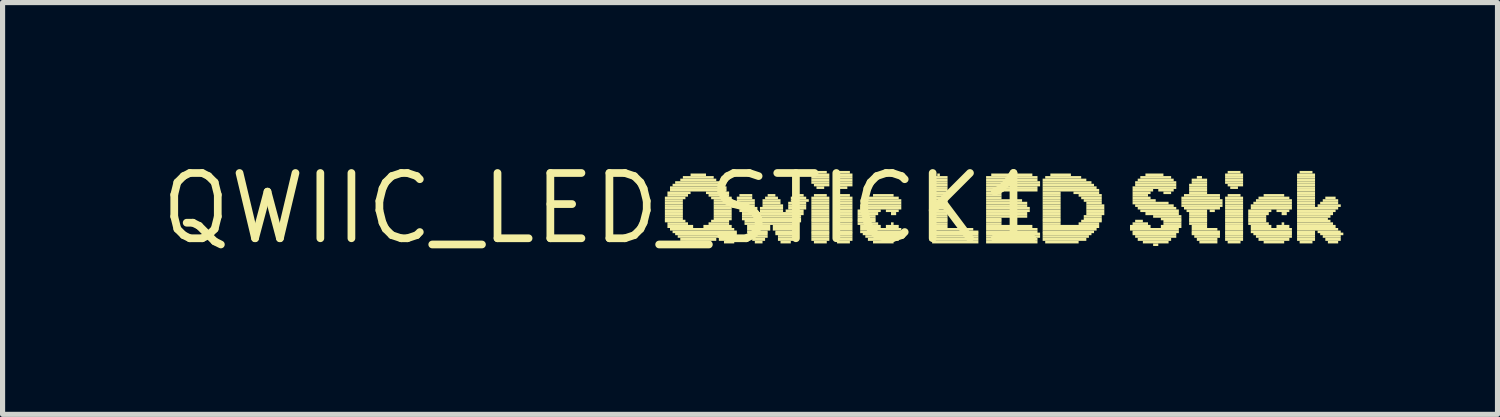
<source format=kicad_pcb>
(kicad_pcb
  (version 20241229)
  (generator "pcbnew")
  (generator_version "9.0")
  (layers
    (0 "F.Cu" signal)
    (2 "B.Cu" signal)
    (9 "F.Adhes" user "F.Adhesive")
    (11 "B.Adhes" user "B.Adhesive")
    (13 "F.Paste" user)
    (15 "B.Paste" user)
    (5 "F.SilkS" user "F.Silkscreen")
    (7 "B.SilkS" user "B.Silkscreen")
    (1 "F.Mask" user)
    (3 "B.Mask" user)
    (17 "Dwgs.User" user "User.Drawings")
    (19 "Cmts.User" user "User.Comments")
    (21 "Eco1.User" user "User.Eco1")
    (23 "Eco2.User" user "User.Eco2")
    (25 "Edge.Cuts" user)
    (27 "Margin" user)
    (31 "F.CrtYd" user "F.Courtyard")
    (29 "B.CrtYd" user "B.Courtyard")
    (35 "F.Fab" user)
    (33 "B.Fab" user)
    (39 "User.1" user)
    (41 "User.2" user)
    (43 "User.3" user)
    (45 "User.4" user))
  (footprint "QWIIC_LED_STICK1"
    (layer "F.Cu")
    (at 8.686 1.006)
    (property "Reference" "QWIIC_LED_STICK1" (at 0 0 0) (layer "F.SilkS") (effects (font (size 1.27 1.27) (thickness 0.15))))
    (attr through_hole)
    (fp_poly (pts (xy 1.2 -0.18) (xy 1.6 -0.18) (xy 1.6 -0.23) (xy 1.2 -0.23)) (stroke (width 0) (type solid)) (fill yes) (layer "F.SilkS"))
    (fp_poly (pts (xy 1.2 -0.13) (xy 1.55 -0.13) (xy 1.55 -0.18) (xy 1.2 -0.18)) (stroke (width 0) (type solid)) (fill yes) (layer "F.SilkS"))
    (fp_poly (pts (xy 1.2 -0.08) (xy 1.55 -0.08) (xy 1.55 -0.13) (xy 1.2 -0.13)) (stroke (width 0) (type solid)) (fill yes) (layer "F.SilkS"))
    (fp_poly (pts (xy 1.2 -0.03) (xy 1.55 -0.03) (xy 1.55 -0.08) (xy 1.2 -0.08)) (stroke (width 0) (type solid)) (fill yes) (layer "F.SilkS"))
    (fp_poly (pts (xy 1.2 0.02) (xy 1.55 0.02) (xy 1.55 -0.03) (xy 1.2 -0.03)) (stroke (width 0) (type solid)) (fill yes) (layer "F.SilkS"))
    (fp_poly (pts (xy 1.2 0.07) (xy 1.55 0.07) (xy 1.55 0.02) (xy 1.2 0.02)) (stroke (width 0) (type solid)) (fill yes) (layer "F.SilkS"))
    (fp_poly (pts (xy 1.2 0.13) (xy 1.55 0.13) (xy 1.55 0.07) (xy 1.2 0.07)) (stroke (width 0) (type solid)) (fill yes) (layer "F.SilkS"))
    (fp_poly (pts (xy 1.2 0.18) (xy 1.55 0.18) (xy 1.55 0.13) (xy 1.2 0.13)) (stroke (width 0) (type solid)) (fill yes) (layer "F.SilkS"))
    (fp_poly (pts (xy 1.2 0.23) (xy 1.55 0.23) (xy 1.55 0.18) (xy 1.2 0.18)) (stroke (width 0) (type solid)) (fill yes) (layer "F.SilkS"))
    (fp_poly (pts (xy 1.2 0.27) (xy 1.6 0.27) (xy 1.6 0.22) (xy 1.2 0.22)) (stroke (width 0) (type solid)) (fill yes) (layer "F.SilkS"))
    (fp_poly (pts (xy 1.25 -0.28) (xy 1.7 -0.28) (xy 1.7 -0.33) (xy 1.25 -0.33)) (stroke (width 0) (type solid)) (fill yes) (layer "F.SilkS"))
    (fp_poly (pts (xy 1.25 -0.23) (xy 1.65 -0.23) (xy 1.65 -0.28) (xy 1.25 -0.28)) (stroke (width 0) (type solid)) (fill yes) (layer "F.SilkS"))
    (fp_poly (pts (xy 1.25 0.32) (xy 1.65 0.32) (xy 1.65 0.27) (xy 1.25 0.27)) (stroke (width 0) (type solid)) (fill yes) (layer "F.SilkS"))
    (fp_poly (pts (xy 1.25 0.38) (xy 1.75 0.38) (xy 1.75 0.32) (xy 1.25 0.32)) (stroke (width 0) (type solid)) (fill yes) (layer "F.SilkS"))
    (fp_poly (pts (xy 1.3 -0.38) (xy 2.4 -0.38) (xy 2.4 -0.43) (xy 1.3 -0.43)) (stroke (width 0) (type solid)) (fill yes) (layer "F.SilkS"))
    (fp_poly (pts (xy 1.3 -0.33) (xy 2.4 -0.33) (xy 2.4 -0.38) (xy 1.3 -0.38)) (stroke (width 0) (type solid)) (fill yes) (layer "F.SilkS"))
    (fp_poly (pts (xy 1.3 0.43) (xy 2.55 0.43) (xy 2.55 0.38) (xy 1.3 0.38)) (stroke (width 0) (type solid)) (fill yes) (layer "F.SilkS"))
    (fp_poly (pts (xy 1.35 -0.43) (xy 2.35 -0.43) (xy 2.35 -0.48) (xy 1.35 -0.48)) (stroke (width 0) (type solid)) (fill yes) (layer "F.SilkS"))
    (fp_poly (pts (xy 1.35 0.48) (xy 2.6 0.48) (xy 2.6 0.43) (xy 1.35 0.43)) (stroke (width 0) (type solid)) (fill yes) (layer "F.SilkS"))
    (fp_poly (pts (xy 1.4 -0.48) (xy 2.3 -0.48) (xy 2.3 -0.53) (xy 1.4 -0.53)) (stroke (width 0) (type solid)) (fill yes) (layer "F.SilkS"))
    (fp_poly (pts (xy 1.4 0.52) (xy 2.6 0.52) (xy 2.6 0.47) (xy 1.4 0.47)) (stroke (width 0) (type solid)) (fill yes) (layer "F.SilkS"))
    (fp_poly (pts (xy 1.45 0.57) (xy 2.6 0.57) (xy 2.6 0.52) (xy 1.45 0.52)) (stroke (width 0) (type solid)) (fill yes) (layer "F.SilkS"))
    (fp_poly (pts (xy 1.5 -0.53) (xy 2.2 -0.53) (xy 2.2 -0.58) (xy 1.5 -0.58)) (stroke (width 0) (type solid)) (fill yes) (layer "F.SilkS"))
    (fp_poly (pts (xy 1.5 0.63) (xy 2.2 0.63) (xy 2.2 0.57) (xy 1.5 0.57)) (stroke (width 0) (type solid)) (fill yes) (layer "F.SilkS"))
    (fp_poly (pts (xy 1.55 -0.58) (xy 2.15 -0.58) (xy 2.15 -0.63) (xy 1.55 -0.63)) (stroke (width 0) (type solid)) (fill yes) (layer "F.SilkS"))
    (fp_poly (pts (xy 1.6 0.68) (xy 2.1 0.68) (xy 2.1 0.63) (xy 1.6 0.63)) (stroke (width 0) (type solid)) (fill yes) (layer "F.SilkS"))
    (fp_poly (pts (xy 1.7 -0.63) (xy 2 -0.63) (xy 2 -0.68) (xy 1.7 -0.68)) (stroke (width 0) (type solid)) (fill yes) (layer "F.SilkS"))
    (fp_poly (pts (xy 1.8 0.73) (xy 1.95 0.73) (xy 1.95 0.68) (xy 1.8 0.68)) (stroke (width 0) (type solid)) (fill yes) (layer "F.SilkS"))
    (fp_poly (pts (xy 1.95 0.38) (xy 2.5 0.38) (xy 2.5 0.32) (xy 1.95 0.32)) (stroke (width 0) (type solid)) (fill yes) (layer "F.SilkS"))
    (fp_poly (pts (xy 2 -0.28) (xy 2.45 -0.28) (xy 2.45 -0.33) (xy 2 -0.33)) (stroke (width 0) (type solid)) (fill yes) (layer "F.SilkS"))
    (fp_poly (pts (xy 2.05 -0.23) (xy 2.45 -0.23) (xy 2.45 -0.28) (xy 2.05 -0.28)) (stroke (width 0) (type solid)) (fill yes) (layer "F.SilkS"))
    (fp_poly (pts (xy 2.05 0.32) (xy 2.45 0.32) (xy 2.45 0.27) (xy 2.05 0.27)) (stroke (width 0) (type solid)) (fill yes) (layer "F.SilkS"))
    (fp_poly (pts (xy 2.1 -0.18) (xy 2.5 -0.18) (xy 2.5 -0.23) (xy 2.1 -0.23)) (stroke (width 0) (type solid)) (fill yes) (layer "F.SilkS"))
    (fp_poly (pts (xy 2.1 0.27) (xy 2.45 0.27) (xy 2.45 0.22) (xy 2.1 0.22)) (stroke (width 0) (type solid)) (fill yes) (layer "F.SilkS"))
    (fp_poly (pts (xy 2.15 -0.13) (xy 2.5 -0.13) (xy 2.5 -0.18) (xy 2.15 -0.18)) (stroke (width 0) (type solid)) (fill yes) (layer "F.SilkS"))
    (fp_poly (pts (xy 2.15 -0.08) (xy 2.5 -0.08) (xy 2.5 -0.13) (xy 2.15 -0.13)) (stroke (width 0) (type solid)) (fill yes) (layer "F.SilkS"))
    (fp_poly (pts (xy 2.15 -0.03) (xy 2.5 -0.03) (xy 2.5 -0.08) (xy 2.15 -0.08)) (stroke (width 0) (type solid)) (fill yes) (layer "F.SilkS"))
    (fp_poly (pts (xy 2.15 0.02) (xy 2.5 0.02) (xy 2.5 -0.03) (xy 2.15 -0.03)) (stroke (width 0) (type solid)) (fill yes) (layer "F.SilkS"))
    (fp_poly (pts (xy 2.15 0.07) (xy 2.5 0.07) (xy 2.5 0.02) (xy 2.15 0.02)) (stroke (width 0) (type solid)) (fill yes) (layer "F.SilkS"))
    (fp_poly (pts (xy 2.15 0.13) (xy 2.5 0.13) (xy 2.5 0.07) (xy 2.15 0.07)) (stroke (width 0) (type solid)) (fill yes) (layer "F.SilkS"))
    (fp_poly (pts (xy 2.15 0.18) (xy 2.5 0.18) (xy 2.5 0.13) (xy 2.15 0.13)) (stroke (width 0) (type solid)) (fill yes) (layer "F.SilkS"))
    (fp_poly (pts (xy 2.15 0.23) (xy 2.5 0.23) (xy 2.5 0.18) (xy 2.15 0.18)) (stroke (width 0) (type solid)) (fill yes) (layer "F.SilkS"))
    (fp_poly (pts (xy 2.25 0.63) (xy 2.6 0.63) (xy 2.6 0.57) (xy 2.25 0.57)) (stroke (width 0) (type solid)) (fill yes) (layer "F.SilkS"))
    (fp_poly (pts (xy 2.35 0.68) (xy 2.55 0.68) (xy 2.55 0.63) (xy 2.35 0.63)) (stroke (width 0) (type solid)) (fill yes) (layer "F.SilkS"))
    (fp_poly (pts (xy 2.6 -0.18) (xy 2.9 -0.18) (xy 2.9 -0.23) (xy 2.6 -0.23)) (stroke (width 0) (type solid)) (fill yes) (layer "F.SilkS"))
    (fp_poly (pts (xy 2.6 -0.13) (xy 2.95 -0.13) (xy 2.95 -0.18) (xy 2.6 -0.18)) (stroke (width 0) (type solid)) (fill yes) (layer "F.SilkS"))
    (fp_poly (pts (xy 2.6 -0.08) (xy 2.95 -0.08) (xy 2.95 -0.13) (xy 2.6 -0.13)) (stroke (width 0) (type solid)) (fill yes) (layer "F.SilkS"))
    (fp_poly (pts (xy 2.6 -0.03) (xy 2.95 -0.03) (xy 2.95 -0.08) (xy 2.6 -0.08)) (stroke (width 0) (type solid)) (fill yes) (layer "F.SilkS"))
    (fp_poly (pts (xy 2.65 -0.23) (xy 2.9 -0.23) (xy 2.9 -0.28) (xy 2.65 -0.28)) (stroke (width 0) (type solid)) (fill yes) (layer "F.SilkS"))
    (fp_poly (pts (xy 2.65 0.02) (xy 3 0.02) (xy 3 -0.03) (xy 2.65 -0.03)) (stroke (width 0) (type solid)) (fill yes) (layer "F.SilkS"))
    (fp_poly (pts (xy 2.65 0.07) (xy 3 0.07) (xy 3 0.02) (xy 2.65 0.02)) (stroke (width 0) (type solid)) (fill yes) (layer "F.SilkS"))
    (fp_poly (pts (xy 2.7 0.13) (xy 3.9 0.13) (xy 3.9 0.07) (xy 2.7 0.07)) (stroke (width 0) (type solid)) (fill yes) (layer "F.SilkS"))
    (fp_poly (pts (xy 2.7 0.18) (xy 3.85 0.18) (xy 3.85 0.13) (xy 2.7 0.13)) (stroke (width 0) (type solid)) (fill yes) (layer "F.SilkS"))
    (fp_poly (pts (xy 2.7 0.23) (xy 3.85 0.23) (xy 3.85 0.18) (xy 2.7 0.18)) (stroke (width 0) (type solid)) (fill yes) (layer "F.SilkS"))
    (fp_poly (pts (xy 2.75 0.27) (xy 3.85 0.27) (xy 3.85 0.22) (xy 2.75 0.22)) (stroke (width 0) (type solid)) (fill yes) (layer "F.SilkS"))
    (fp_poly (pts (xy 2.75 0.32) (xy 3.8 0.32) (xy 3.8 0.27) (xy 2.75 0.27)) (stroke (width 0) (type solid)) (fill yes) (layer "F.SilkS"))
    (fp_poly (pts (xy 2.8 0.38) (xy 3.25 0.38) (xy 3.25 0.32) (xy 2.8 0.32)) (stroke (width 0) (type solid)) (fill yes) (layer "F.SilkS"))
    (fp_poly (pts (xy 2.8 0.43) (xy 3.25 0.43) (xy 3.25 0.38) (xy 2.8 0.38)) (stroke (width 0) (type solid)) (fill yes) (layer "F.SilkS"))
    (fp_poly (pts (xy 2.8 0.48) (xy 3.2 0.48) (xy 3.2 0.43) (xy 2.8 0.43)) (stroke (width 0) (type solid)) (fill yes) (layer "F.SilkS"))
    (fp_poly (pts (xy 2.85 0.52) (xy 3.2 0.52) (xy 3.2 0.47) (xy 2.85 0.47)) (stroke (width 0) (type solid)) (fill yes) (layer "F.SilkS"))
    (fp_poly (pts (xy 2.85 0.57) (xy 3.2 0.57) (xy 3.2 0.52) (xy 2.85 0.52)) (stroke (width 0) (type solid)) (fill yes) (layer "F.SilkS"))
    (fp_poly (pts (xy 2.9 0.63) (xy 3.15 0.63) (xy 3.15 0.57) (xy 2.9 0.57)) (stroke (width 0) (type solid)) (fill yes) (layer "F.SilkS"))
    (fp_poly (pts (xy 2.95 0.68) (xy 3.1 0.68) (xy 3.1 0.63) (xy 2.95 0.63)) (stroke (width 0) (type solid)) (fill yes) (layer "F.SilkS"))
    (fp_poly (pts (xy 3.05 0.02) (xy 3.5 0.02) (xy 3.5 -0.03) (xy 3.05 -0.03)) (stroke (width 0) (type solid)) (fill yes) (layer "F.SilkS"))
    (fp_poly (pts (xy 3.05 0.07) (xy 3.5 0.07) (xy 3.5 0.02) (xy 3.05 0.02)) (stroke (width 0) (type solid)) (fill yes) (layer "F.SilkS"))
    (fp_poly (pts (xy 3.1 -0.13) (xy 3.45 -0.13) (xy 3.45 -0.18) (xy 3.1 -0.18)) (stroke (width 0) (type solid)) (fill yes) (layer "F.SilkS"))
    (fp_poly (pts (xy 3.1 -0.08) (xy 3.45 -0.08) (xy 3.45 -0.13) (xy 3.1 -0.13)) (stroke (width 0) (type solid)) (fill yes) (layer "F.SilkS"))
    (fp_poly (pts (xy 3.1 -0.03) (xy 3.5 -0.03) (xy 3.5 -0.08) (xy 3.1 -0.08)) (stroke (width 0) (type solid)) (fill yes) (layer "F.SilkS"))
    (fp_poly (pts (xy 3.15 -0.18) (xy 3.4 -0.18) (xy 3.4 -0.23) (xy 3.15 -0.23)) (stroke (width 0) (type solid)) (fill yes) (layer "F.SilkS"))
    (fp_poly (pts (xy 3.2 -0.23) (xy 3.35 -0.23) (xy 3.35 -0.28) (xy 3.2 -0.28)) (stroke (width 0) (type solid)) (fill yes) (layer "F.SilkS"))
    (fp_poly (pts (xy 3.3 0.38) (xy 3.8 0.38) (xy 3.8 0.32) (xy 3.3 0.32)) (stroke (width 0) (type solid)) (fill yes) (layer "F.SilkS"))
    (fp_poly (pts (xy 3.3 0.43) (xy 3.75 0.43) (xy 3.75 0.38) (xy 3.3 0.38)) (stroke (width 0) (type solid)) (fill yes) (layer "F.SilkS"))
    (fp_poly (pts (xy 3.35 0.48) (xy 3.75 0.48) (xy 3.75 0.43) (xy 3.35 0.43)) (stroke (width 0) (type solid)) (fill yes) (layer "F.SilkS"))
    (fp_poly (pts (xy 3.35 0.52) (xy 3.7 0.52) (xy 3.7 0.47) (xy 3.35 0.47)) (stroke (width 0) (type solid)) (fill yes) (layer "F.SilkS"))
    (fp_poly (pts (xy 3.4 0.57) (xy 3.7 0.57) (xy 3.7 0.52) (xy 3.4 0.52)) (stroke (width 0) (type solid)) (fill yes) (layer "F.SilkS"))
    (fp_poly (pts (xy 3.4 0.63) (xy 3.7 0.63) (xy 3.7 0.57) (xy 3.4 0.57)) (stroke (width 0) (type solid)) (fill yes) (layer "F.SilkS"))
    (fp_poly (pts (xy 3.45 0.68) (xy 3.65 0.68) (xy 3.65 0.63) (xy 3.45 0.63)) (stroke (width 0) (type solid)) (fill yes) (layer "F.SilkS"))
    (fp_poly (pts (xy 3.55 0.07) (xy 3.9 0.07) (xy 3.9 0.02) (xy 3.55 0.02)) (stroke (width 0) (type solid)) (fill yes) (layer "F.SilkS"))
    (fp_poly (pts (xy 3.6 -0.08) (xy 3.95 -0.08) (xy 3.95 -0.13) (xy 3.6 -0.13)) (stroke (width 0) (type solid)) (fill yes) (layer "F.SilkS"))
    (fp_poly (pts (xy 3.6 -0.03) (xy 3.95 -0.03) (xy 3.95 -0.08) (xy 3.6 -0.08)) (stroke (width 0) (type solid)) (fill yes) (layer "F.SilkS"))
    (fp_poly (pts (xy 3.6 0.02) (xy 3.95 0.02) (xy 3.95 -0.03) (xy 3.6 -0.03)) (stroke (width 0) (type solid)) (fill yes) (layer "F.SilkS"))
    (fp_poly (pts (xy 3.65 -0.18) (xy 3.95 -0.18) (xy 3.95 -0.23) (xy 3.65 -0.23)) (stroke (width 0) (type solid)) (fill yes) (layer "F.SilkS"))
    (fp_poly (pts (xy 3.65 -0.13) (xy 4 -0.13) (xy 4 -0.18) (xy 3.65 -0.18)) (stroke (width 0) (type solid)) (fill yes) (layer "F.SilkS"))
    (fp_poly (pts (xy 3.7 -0.23) (xy 3.9 -0.23) (xy 3.9 -0.28) (xy 3.7 -0.28)) (stroke (width 0) (type solid)) (fill yes) (layer "F.SilkS"))
    (fp_poly (pts (xy 4.05 -0.63) (xy 4.4 -0.63) (xy 4.4 -0.68) (xy 4.05 -0.68)) (stroke (width 0) (type solid)) (fill yes) (layer "F.SilkS"))
    (fp_poly (pts (xy 4.05 -0.58) (xy 4.4 -0.58) (xy 4.4 -0.63) (xy 4.05 -0.63)) (stroke (width 0) (type solid)) (fill yes) (layer "F.SilkS"))
    (fp_poly (pts (xy 4.05 -0.53) (xy 4.4 -0.53) (xy 4.4 -0.58) (xy 4.05 -0.58)) (stroke (width 0) (type solid)) (fill yes) (layer "F.SilkS"))
    (fp_poly (pts (xy 4.05 -0.48) (xy 4.4 -0.48) (xy 4.4 -0.53) (xy 4.05 -0.53)) (stroke (width 0) (type solid)) (fill yes) (layer "F.SilkS"))
    (fp_poly (pts (xy 4.05 -0.18) (xy 4.4 -0.18) (xy 4.4 -0.23) (xy 4.05 -0.23)) (stroke (width 0) (type solid)) (fill yes) (layer "F.SilkS"))
    (fp_poly (pts (xy 4.05 -0.13) (xy 4.4 -0.13) (xy 4.4 -0.18) (xy 4.05 -0.18)) (stroke (width 0) (type solid)) (fill yes) (layer "F.SilkS"))
    (fp_poly (pts (xy 4.05 -0.08) (xy 4.4 -0.08) (xy 4.4 -0.13) (xy 4.05 -0.13)) (stroke (width 0) (type solid)) (fill yes) (layer "F.SilkS"))
    (fp_poly (pts (xy 4.05 -0.03) (xy 4.4 -0.03) (xy 4.4 -0.08) (xy 4.05 -0.08)) (stroke (width 0) (type solid)) (fill yes) (layer "F.SilkS"))
    (fp_poly (pts (xy 4.05 0.02) (xy 4.4 0.02) (xy 4.4 -0.03) (xy 4.05 -0.03)) (stroke (width 0) (type solid)) (fill yes) (layer "F.SilkS"))
    (fp_poly (pts (xy 4.05 0.07) (xy 4.4 0.07) (xy 4.4 0.02) (xy 4.05 0.02)) (stroke (width 0) (type solid)) (fill yes) (layer "F.SilkS"))
    (fp_poly (pts (xy 4.05 0.13) (xy 4.4 0.13) (xy 4.4 0.07) (xy 4.05 0.07)) (stroke (width 0) (type solid)) (fill yes) (layer "F.SilkS"))
    (fp_poly (pts (xy 4.05 0.18) (xy 4.4 0.18) (xy 4.4 0.13) (xy 4.05 0.13)) (stroke (width 0) (type solid)) (fill yes) (layer "F.SilkS"))
    (fp_poly (pts (xy 4.05 0.23) (xy 4.4 0.23) (xy 4.4 0.18) (xy 4.05 0.18)) (stroke (width 0) (type solid)) (fill yes) (layer "F.SilkS"))
    (fp_poly (pts (xy 4.05 0.27) (xy 4.4 0.27) (xy 4.4 0.22) (xy 4.05 0.22)) (stroke (width 0) (type solid)) (fill yes) (layer "F.SilkS"))
    (fp_poly (pts (xy 4.05 0.32) (xy 4.4 0.32) (xy 4.4 0.27) (xy 4.05 0.27)) (stroke (width 0) (type solid)) (fill yes) (layer "F.SilkS"))
    (fp_poly (pts (xy 4.05 0.38) (xy 4.4 0.38) (xy 4.4 0.32) (xy 4.05 0.32)) (stroke (width 0) (type solid)) (fill yes) (layer "F.SilkS"))
    (fp_poly (pts (xy 4.05 0.43) (xy 4.4 0.43) (xy 4.4 0.38) (xy 4.05 0.38)) (stroke (width 0) (type solid)) (fill yes) (layer "F.SilkS"))
    (fp_poly (pts (xy 4.05 0.48) (xy 4.4 0.48) (xy 4.4 0.43) (xy 4.05 0.43)) (stroke (width 0) (type solid)) (fill yes) (layer "F.SilkS"))
    (fp_poly (pts (xy 4.05 0.52) (xy 4.4 0.52) (xy 4.4 0.47) (xy 4.05 0.47)) (stroke (width 0) (type solid)) (fill yes) (layer "F.SilkS"))
    (fp_poly (pts (xy 4.05 0.57) (xy 4.4 0.57) (xy 4.4 0.52) (xy 4.05 0.52)) (stroke (width 0) (type solid)) (fill yes) (layer "F.SilkS"))
    (fp_poly (pts (xy 4.05 0.63) (xy 4.4 0.63) (xy 4.4 0.57) (xy 4.05 0.57)) (stroke (width 0) (type solid)) (fill yes) (layer "F.SilkS"))
    (fp_poly (pts (xy 4.1 -0.68) (xy 4.35 -0.68) (xy 4.35 -0.73) (xy 4.1 -0.73)) (stroke (width 0) (type solid)) (fill yes) (layer "F.SilkS"))
    (fp_poly (pts (xy 4.1 -0.43) (xy 4.4 -0.43) (xy 4.4 -0.48) (xy 4.1 -0.48)) (stroke (width 0) (type solid)) (fill yes) (layer "F.SilkS"))
    (fp_poly (pts (xy 4.1 -0.23) (xy 4.35 -0.23) (xy 4.35 -0.28) (xy 4.1 -0.28)) (stroke (width 0) (type solid)) (fill yes) (layer "F.SilkS"))
    (fp_poly (pts (xy 4.1 0.68) (xy 4.35 0.68) (xy 4.35 0.63) (xy 4.1 0.63)) (stroke (width 0) (type solid)) (fill yes) (layer "F.SilkS"))
    (fp_poly (pts (xy 4.15 -0.38) (xy 4.3 -0.38) (xy 4.3 -0.43) (xy 4.15 -0.43)) (stroke (width 0) (type solid)) (fill yes) (layer "F.SilkS"))
    (fp_poly (pts (xy 4.5 -0.63) (xy 4.85 -0.63) (xy 4.85 -0.68) (xy 4.5 -0.68)) (stroke (width 0) (type solid)) (fill yes) (layer "F.SilkS"))
    (fp_poly (pts (xy 4.5 -0.58) (xy 4.85 -0.58) (xy 4.85 -0.63) (xy 4.5 -0.63)) (stroke (width 0) (type solid)) (fill yes) (layer "F.SilkS"))
    (fp_poly (pts (xy 4.5 -0.53) (xy 4.85 -0.53) (xy 4.85 -0.58) (xy 4.5 -0.58)) (stroke (width 0) (type solid)) (fill yes) (layer "F.SilkS"))
    (fp_poly (pts (xy 4.5 -0.48) (xy 4.85 -0.48) (xy 4.85 -0.53) (xy 4.5 -0.53)) (stroke (width 0) (type solid)) (fill yes) (layer "F.SilkS"))
    (fp_poly (pts (xy 4.5 -0.18) (xy 4.85 -0.18) (xy 4.85 -0.23) (xy 4.5 -0.23)) (stroke (width 0) (type solid)) (fill yes) (layer "F.SilkS"))
    (fp_poly (pts (xy 4.5 -0.13) (xy 4.85 -0.13) (xy 4.85 -0.18) (xy 4.5 -0.18)) (stroke (width 0) (type solid)) (fill yes) (layer "F.SilkS"))
    (fp_poly (pts (xy 4.5 -0.08) (xy 4.85 -0.08) (xy 4.85 -0.13) (xy 4.5 -0.13)) (stroke (width 0) (type solid)) (fill yes) (layer "F.SilkS"))
    (fp_poly (pts (xy 4.5 -0.03) (xy 4.85 -0.03) (xy 4.85 -0.08) (xy 4.5 -0.08)) (stroke (width 0) (type solid)) (fill yes) (layer "F.SilkS"))
    (fp_poly (pts (xy 4.5 0.02) (xy 4.85 0.02) (xy 4.85 -0.03) (xy 4.5 -0.03)) (stroke (width 0) (type solid)) (fill yes) (layer "F.SilkS"))
    (fp_poly (pts (xy 4.5 0.07) (xy 4.85 0.07) (xy 4.85 0.02) (xy 4.5 0.02)) (stroke (width 0) (type solid)) (fill yes) (layer "F.SilkS"))
    (fp_poly (pts (xy 4.5 0.13) (xy 4.85 0.13) (xy 4.85 0.07) (xy 4.5 0.07)) (stroke (width 0) (type solid)) (fill yes) (layer "F.SilkS"))
    (fp_poly (pts (xy 4.5 0.18) (xy 4.85 0.18) (xy 4.85 0.13) (xy 4.5 0.13)) (stroke (width 0) (type solid)) (fill yes) (layer "F.SilkS"))
    (fp_poly (pts (xy 4.5 0.23) (xy 4.85 0.23) (xy 4.85 0.18) (xy 4.5 0.18)) (stroke (width 0) (type solid)) (fill yes) (layer "F.SilkS"))
    (fp_poly (pts (xy 4.5 0.27) (xy 4.85 0.27) (xy 4.85 0.22) (xy 4.5 0.22)) (stroke (width 0) (type solid)) (fill yes) (layer "F.SilkS"))
    (fp_poly (pts (xy 4.5 0.32) (xy 4.85 0.32) (xy 4.85 0.27) (xy 4.5 0.27)) (stroke (width 0) (type solid)) (fill yes) (layer "F.SilkS"))
    (fp_poly (pts (xy 4.5 0.38) (xy 4.85 0.38) (xy 4.85 0.32) (xy 4.5 0.32)) (stroke (width 0) (type solid)) (fill yes) (layer "F.SilkS"))
    (fp_poly (pts (xy 4.5 0.43) (xy 4.85 0.43) (xy 4.85 0.38) (xy 4.5 0.38)) (stroke (width 0) (type solid)) (fill yes) (layer "F.SilkS"))
    (fp_poly (pts (xy 4.5 0.48) (xy 4.85 0.48) (xy 4.85 0.43) (xy 4.5 0.43)) (stroke (width 0) (type solid)) (fill yes) (layer "F.SilkS"))
    (fp_poly (pts (xy 4.5 0.52) (xy 4.85 0.52) (xy 4.85 0.47) (xy 4.5 0.47)) (stroke (width 0) (type solid)) (fill yes) (layer "F.SilkS"))
    (fp_poly (pts (xy 4.5 0.57) (xy 4.85 0.57) (xy 4.85 0.52) (xy 4.5 0.52)) (stroke (width 0) (type solid)) (fill yes) (layer "F.SilkS"))
    (fp_poly (pts (xy 4.5 0.63) (xy 4.85 0.63) (xy 4.85 0.57) (xy 4.5 0.57)) (stroke (width 0) (type solid)) (fill yes) (layer "F.SilkS"))
    (fp_poly (pts (xy 4.55 -0.68) (xy 4.8 -0.68) (xy 4.8 -0.73) (xy 4.55 -0.73)) (stroke (width 0) (type solid)) (fill yes) (layer "F.SilkS"))
    (fp_poly (pts (xy 4.55 -0.43) (xy 4.85 -0.43) (xy 4.85 -0.48) (xy 4.55 -0.48)) (stroke (width 0) (type solid)) (fill yes) (layer "F.SilkS"))
    (fp_poly (pts (xy 4.55 -0.23) (xy 4.8 -0.23) (xy 4.8 -0.28) (xy 4.55 -0.28)) (stroke (width 0) (type solid)) (fill yes) (layer "F.SilkS"))
    (fp_poly (pts (xy 4.55 0.68) (xy 4.8 0.68) (xy 4.8 0.63) (xy 4.55 0.63)) (stroke (width 0) (type solid)) (fill yes) (layer "F.SilkS"))
    (fp_poly (pts (xy 4.6 -0.38) (xy 4.75 -0.38) (xy 4.75 -0.43) (xy 4.6 -0.43)) (stroke (width 0) (type solid)) (fill yes) (layer "F.SilkS"))
    (fp_poly (pts (xy 4.95 0.07) (xy 5.4 0.07) (xy 5.4 0.02) (xy 4.95 0.02)) (stroke (width 0) (type solid)) (fill yes) (layer "F.SilkS"))
    (fp_poly (pts (xy 4.95 0.13) (xy 5.35 0.13) (xy 5.35 0.07) (xy 4.95 0.07)) (stroke (width 0) (type solid)) (fill yes) (layer "F.SilkS"))
    (fp_poly (pts (xy 4.95 0.18) (xy 5.3 0.18) (xy 5.3 0.13) (xy 4.95 0.13)) (stroke (width 0) (type solid)) (fill yes) (layer "F.SilkS"))
    (fp_poly (pts (xy 4.95 0.23) (xy 5.3 0.23) (xy 5.3 0.18) (xy 4.95 0.18)) (stroke (width 0) (type solid)) (fill yes) (layer "F.SilkS"))
    (fp_poly (pts (xy 4.95 0.27) (xy 5.3 0.27) (xy 5.3 0.22) (xy 4.95 0.22)) (stroke (width 0) (type solid)) (fill yes) (layer "F.SilkS"))
    (fp_poly (pts (xy 4.95 0.32) (xy 5.35 0.32) (xy 5.35 0.27) (xy 4.95 0.27)) (stroke (width 0) (type solid)) (fill yes) (layer "F.SilkS"))
    (fp_poly (pts (xy 5 -0.03) (xy 5.8 -0.03) (xy 5.8 -0.08) (xy 5 -0.08)) (stroke (width 0) (type solid)) (fill yes) (layer "F.SilkS"))
    (fp_poly (pts (xy 5 0.02) (xy 5.8 0.02) (xy 5.8 -0.03) (xy 5 -0.03)) (stroke (width 0) (type solid)) (fill yes) (layer "F.SilkS"))
    (fp_poly (pts (xy 5 0.38) (xy 5.4 0.38) (xy 5.4 0.32) (xy 5 0.32)) (stroke (width 0) (type solid)) (fill yes) (layer "F.SilkS"))
    (fp_poly (pts (xy 5 0.43) (xy 5.8 0.43) (xy 5.8 0.38) (xy 5 0.38)) (stroke (width 0) (type solid)) (fill yes) (layer "F.SilkS"))
    (fp_poly (pts (xy 5 0.48) (xy 5.8 0.48) (xy 5.8 0.43) (xy 5 0.43)) (stroke (width 0) (type solid)) (fill yes) (layer "F.SilkS"))
    (fp_poly (pts (xy 5.05 -0.08) (xy 5.8 -0.08) (xy 5.8 -0.13) (xy 5.05 -0.13)) (stroke (width 0) (type solid)) (fill yes) (layer "F.SilkS"))
    (fp_poly (pts (xy 5.05 0.52) (xy 5.8 0.52) (xy 5.8 0.47) (xy 5.05 0.47)) (stroke (width 0) (type solid)) (fill yes) (layer "F.SilkS"))
    (fp_poly (pts (xy 5.1 -0.13) (xy 5.8 -0.13) (xy 5.8 -0.18) (xy 5.1 -0.18)) (stroke (width 0) (type solid)) (fill yes) (layer "F.SilkS"))
    (fp_poly (pts (xy 5.1 0.57) (xy 5.8 0.57) (xy 5.8 0.52) (xy 5.1 0.52)) (stroke (width 0) (type solid)) (fill yes) (layer "F.SilkS"))
    (fp_poly (pts (xy 5.15 -0.18) (xy 5.75 -0.18) (xy 5.75 -0.23) (xy 5.15 -0.23)) (stroke (width 0) (type solid)) (fill yes) (layer "F.SilkS"))
    (fp_poly (pts (xy 5.15 0.63) (xy 5.75 0.63) (xy 5.75 0.57) (xy 5.15 0.57)) (stroke (width 0) (type solid)) (fill yes) (layer "F.SilkS"))
    (fp_poly (pts (xy 5.25 -0.23) (xy 5.65 -0.23) (xy 5.65 -0.28) (xy 5.25 -0.28)) (stroke (width 0) (type solid)) (fill yes) (layer "F.SilkS"))
    (fp_poly (pts (xy 5.25 0.68) (xy 5.65 0.68) (xy 5.65 0.63) (xy 5.25 0.63)) (stroke (width 0) (type solid)) (fill yes) (layer "F.SilkS"))
    (fp_poly (pts (xy 5.5 0.07) (xy 5.75 0.07) (xy 5.75 0.02) (xy 5.5 0.02)) (stroke (width 0) (type solid)) (fill yes) (layer "F.SilkS"))
    (fp_poly (pts (xy 5.5 0.38) (xy 5.75 0.38) (xy 5.75 0.32) (xy 5.5 0.32)) (stroke (width 0) (type solid)) (fill yes) (layer "F.SilkS"))
    (fp_poly (pts (xy 5.6 0.13) (xy 5.7 0.13) (xy 5.7 0.07) (xy 5.6 0.07)) (stroke (width 0) (type solid)) (fill yes) (layer "F.SilkS"))
    (fp_poly (pts (xy 5.6 0.32) (xy 5.65 0.32) (xy 5.65 0.27) (xy 5.6 0.27)) (stroke (width 0) (type solid)) (fill yes) (layer "F.SilkS"))
    (fp_poly (pts (xy 6.35 -0.53) (xy 6.7 -0.53) (xy 6.7 -0.58) (xy 6.35 -0.58)) (stroke (width 0) (type solid)) (fill yes) (layer "F.SilkS"))
    (fp_poly (pts (xy 6.35 -0.48) (xy 6.7 -0.48) (xy 6.7 -0.53) (xy 6.35 -0.53)) (stroke (width 0) (type solid)) (fill yes) (layer "F.SilkS"))
    (fp_poly (pts (xy 6.35 -0.43) (xy 6.7 -0.43) (xy 6.7 -0.48) (xy 6.35 -0.48)) (stroke (width 0) (type solid)) (fill yes) (layer "F.SilkS"))
    (fp_poly (pts (xy 6.35 -0.38) (xy 6.7 -0.38) (xy 6.7 -0.43) (xy 6.35 -0.43)) (stroke (width 0) (type solid)) (fill yes) (layer "F.SilkS"))
    (fp_poly (pts (xy 6.35 -0.33) (xy 6.7 -0.33) (xy 6.7 -0.38) (xy 6.35 -0.38)) (stroke (width 0) (type solid)) (fill yes) (layer "F.SilkS"))
    (fp_poly (pts (xy 6.35 -0.28) (xy 6.7 -0.28) (xy 6.7 -0.33) (xy 6.35 -0.33)) (stroke (width 0) (type solid)) (fill yes) (layer "F.SilkS"))
    (fp_poly (pts (xy 6.35 -0.23) (xy 6.7 -0.23) (xy 6.7 -0.28) (xy 6.35 -0.28)) (stroke (width 0) (type solid)) (fill yes) (layer "F.SilkS"))
    (fp_poly (pts (xy 6.35 -0.18) (xy 6.7 -0.18) (xy 6.7 -0.23) (xy 6.35 -0.23)) (stroke (width 0) (type solid)) (fill yes) (layer "F.SilkS"))
    (fp_poly (pts (xy 6.35 -0.13) (xy 6.7 -0.13) (xy 6.7 -0.18) (xy 6.35 -0.18)) (stroke (width 0) (type solid)) (fill yes) (layer "F.SilkS"))
    (fp_poly (pts (xy 6.35 -0.08) (xy 6.7 -0.08) (xy 6.7 -0.13) (xy 6.35 -0.13)) (stroke (width 0) (type solid)) (fill yes) (layer "F.SilkS"))
    (fp_poly (pts (xy 6.35 -0.03) (xy 6.7 -0.03) (xy 6.7 -0.08) (xy 6.35 -0.08)) (stroke (width 0) (type solid)) (fill yes) (layer "F.SilkS"))
    (fp_poly (pts (xy 6.35 0.02) (xy 6.7 0.02) (xy 6.7 -0.03) (xy 6.35 -0.03)) (stroke (width 0) (type solid)) (fill yes) (layer "F.SilkS"))
    (fp_poly (pts (xy 6.35 0.07) (xy 6.7 0.07) (xy 6.7 0.02) (xy 6.35 0.02)) (stroke (width 0) (type solid)) (fill yes) (layer "F.SilkS"))
    (fp_poly (pts (xy 6.35 0.13) (xy 6.7 0.13) (xy 6.7 0.07) (xy 6.35 0.07)) (stroke (width 0) (type solid)) (fill yes) (layer "F.SilkS"))
    (fp_poly (pts (xy 6.35 0.18) (xy 6.7 0.18) (xy 6.7 0.13) (xy 6.35 0.13)) (stroke (width 0) (type solid)) (fill yes) (layer "F.SilkS"))
    (fp_poly (pts (xy 6.35 0.23) (xy 6.7 0.23) (xy 6.7 0.18) (xy 6.35 0.18)) (stroke (width 0) (type solid)) (fill yes) (layer "F.SilkS"))
    (fp_poly (pts (xy 6.35 0.27) (xy 6.7 0.27) (xy 6.7 0.22) (xy 6.35 0.22)) (stroke (width 0) (type solid)) (fill yes) (layer "F.SilkS"))
    (fp_poly (pts (xy 6.35 0.32) (xy 6.7 0.32) (xy 6.7 0.27) (xy 6.35 0.27)) (stroke (width 0) (type solid)) (fill yes) (layer "F.SilkS"))
    (fp_poly (pts (xy 6.35 0.38) (xy 6.7 0.38) (xy 6.7 0.32) (xy 6.35 0.32)) (stroke (width 0) (type solid)) (fill yes) (layer "F.SilkS"))
    (fp_poly (pts (xy 6.35 0.43) (xy 7.2 0.43) (xy 7.2 0.38) (xy 6.35 0.38)) (stroke (width 0) (type solid)) (fill yes) (layer "F.SilkS"))
    (fp_poly (pts (xy 6.35 0.48) (xy 7.3 0.48) (xy 7.3 0.43) (xy 6.35 0.43)) (stroke (width 0) (type solid)) (fill yes) (layer "F.SilkS"))
    (fp_poly (pts (xy 6.35 0.52) (xy 7.3 0.52) (xy 7.3 0.47) (xy 6.35 0.47)) (stroke (width 0) (type solid)) (fill yes) (layer "F.SilkS"))
    (fp_poly (pts (xy 6.35 0.57) (xy 7.3 0.57) (xy 7.3 0.52) (xy 6.35 0.52)) (stroke (width 0) (type solid)) (fill yes) (layer "F.SilkS"))
    (fp_poly (pts (xy 6.35 0.63) (xy 7.3 0.63) (xy 7.3 0.57) (xy 6.35 0.57)) (stroke (width 0) (type solid)) (fill yes) (layer "F.SilkS"))
    (fp_poly (pts (xy 6.4 -0.58) (xy 6.7 -0.58) (xy 6.7 -0.63) (xy 6.4 -0.63)) (stroke (width 0) (type solid)) (fill yes) (layer "F.SilkS"))
    (fp_poly (pts (xy 6.4 0.68) (xy 7.3 0.68) (xy 7.3 0.63) (xy 6.4 0.63)) (stroke (width 0) (type solid)) (fill yes) (layer "F.SilkS"))
    (fp_poly (pts (xy 6.5 -0.63) (xy 6.55 -0.63) (xy 6.55 -0.68) (xy 6.5 -0.68)) (stroke (width 0) (type solid)) (fill yes) (layer "F.SilkS"))
    (fp_poly (pts (xy 7.45 -0.58) (xy 8.45 -0.58) (xy 8.45 -0.63) (xy 7.45 -0.63)) (stroke (width 0) (type solid)) (fill yes) (layer "F.SilkS"))
    (fp_poly (pts (xy 7.45 -0.53) (xy 8.45 -0.53) (xy 8.45 -0.58) (xy 7.45 -0.58)) (stroke (width 0) (type solid)) (fill yes) (layer "F.SilkS"))
    (fp_poly (pts (xy 7.45 -0.48) (xy 8.5 -0.48) (xy 8.5 -0.53) (xy 7.45 -0.53)) (stroke (width 0) (type solid)) (fill yes) (layer "F.SilkS"))
    (fp_poly (pts (xy 7.45 -0.43) (xy 8.5 -0.43) (xy 8.5 -0.48) (xy 7.45 -0.48)) (stroke (width 0) (type solid)) (fill yes) (layer "F.SilkS"))
    (fp_poly (pts (xy 7.45 -0.38) (xy 8.45 -0.38) (xy 8.45 -0.43) (xy 7.45 -0.43)) (stroke (width 0) (type solid)) (fill yes) (layer "F.SilkS"))
    (fp_poly (pts (xy 7.45 -0.33) (xy 8.45 -0.33) (xy 8.45 -0.38) (xy 7.45 -0.38)) (stroke (width 0) (type solid)) (fill yes) (layer "F.SilkS"))
    (fp_poly (pts (xy 7.45 -0.28) (xy 7.75 -0.28) (xy 7.75 -0.33) (xy 7.45 -0.33)) (stroke (width 0) (type solid)) (fill yes) (layer "F.SilkS"))
    (fp_poly (pts (xy 7.45 -0.23) (xy 7.75 -0.23) (xy 7.75 -0.28) (xy 7.45 -0.28)) (stroke (width 0) (type solid)) (fill yes) (layer "F.SilkS"))
    (fp_poly (pts (xy 7.45 -0.18) (xy 7.75 -0.18) (xy 7.75 -0.23) (xy 7.45 -0.23)) (stroke (width 0) (type solid)) (fill yes) (layer "F.SilkS"))
    (fp_poly (pts (xy 7.45 -0.13) (xy 8.15 -0.13) (xy 8.15 -0.18) (xy 7.45 -0.18)) (stroke (width 0) (type solid)) (fill yes) (layer "F.SilkS"))
    (fp_poly (pts (xy 7.45 -0.08) (xy 8.25 -0.08) (xy 8.25 -0.13) (xy 7.45 -0.13)) (stroke (width 0) (type solid)) (fill yes) (layer "F.SilkS"))
    (fp_poly (pts (xy 7.45 -0.03) (xy 8.25 -0.03) (xy 8.25 -0.08) (xy 7.45 -0.08)) (stroke (width 0) (type solid)) (fill yes) (layer "F.SilkS"))
    (fp_poly (pts (xy 7.45 0.02) (xy 8.3 0.02) (xy 8.3 -0.03) (xy 7.45 -0.03)) (stroke (width 0) (type solid)) (fill yes) (layer "F.SilkS"))
    (fp_poly (pts (xy 7.45 0.07) (xy 8.3 0.07) (xy 8.3 0.02) (xy 7.45 0.02)) (stroke (width 0) (type solid)) (fill yes) (layer "F.SilkS"))
    (fp_poly (pts (xy 7.45 0.13) (xy 8.25 0.13) (xy 8.25 0.07) (xy 7.45 0.07)) (stroke (width 0) (type solid)) (fill yes) (layer "F.SilkS"))
    (fp_poly (pts (xy 7.45 0.18) (xy 8.25 0.18) (xy 8.25 0.13) (xy 7.45 0.13)) (stroke (width 0) (type solid)) (fill yes) (layer "F.SilkS"))
    (fp_poly (pts (xy 7.45 0.23) (xy 7.75 0.23) (xy 7.75 0.18) (xy 7.45 0.18)) (stroke (width 0) (type solid)) (fill yes) (layer "F.SilkS"))
    (fp_poly (pts (xy 7.45 0.27) (xy 7.75 0.27) (xy 7.75 0.22) (xy 7.45 0.22)) (stroke (width 0) (type solid)) (fill yes) (layer "F.SilkS"))
    (fp_poly (pts (xy 7.45 0.32) (xy 7.75 0.32) (xy 7.75 0.27) (xy 7.45 0.27)) (stroke (width 0) (type solid)) (fill yes) (layer "F.SilkS"))
    (fp_poly (pts (xy 7.45 0.38) (xy 8.35 0.38) (xy 8.35 0.32) (xy 7.45 0.32)) (stroke (width 0) (type solid)) (fill yes) (layer "F.SilkS"))
    (fp_poly (pts (xy 7.45 0.43) (xy 8.45 0.43) (xy 8.45 0.38) (xy 7.45 0.38)) (stroke (width 0) (type solid)) (fill yes) (layer "F.SilkS"))
    (fp_poly (pts (xy 7.45 0.48) (xy 8.45 0.48) (xy 8.45 0.43) (xy 7.45 0.43)) (stroke (width 0) (type solid)) (fill yes) (layer "F.SilkS"))
    (fp_poly (pts (xy 7.45 0.52) (xy 8.5 0.52) (xy 8.5 0.47) (xy 7.45 0.47)) (stroke (width 0) (type solid)) (fill yes) (layer "F.SilkS"))
    (fp_poly (pts (xy 7.45 0.57) (xy 8.5 0.57) (xy 8.5 0.52) (xy 7.45 0.52)) (stroke (width 0) (type solid)) (fill yes) (layer "F.SilkS"))
    (fp_poly (pts (xy 7.45 0.63) (xy 8.45 0.63) (xy 8.45 0.57) (xy 7.45 0.57)) (stroke (width 0) (type solid)) (fill yes) (layer "F.SilkS"))
    (fp_poly (pts (xy 7.45 0.68) (xy 8.45 0.68) (xy 8.45 0.63) (xy 7.45 0.63)) (stroke (width 0) (type solid)) (fill yes) (layer "F.SilkS"))
    (fp_poly (pts (xy 7.55 -0.63) (xy 8.35 -0.63) (xy 8.35 -0.68) (xy 7.55 -0.68)) (stroke (width 0) (type solid)) (fill yes) (layer "F.SilkS"))
    (fp_poly (pts (xy 8.55 -0.53) (xy 9.4 -0.53) (xy 9.4 -0.58) (xy 8.55 -0.58)) (stroke (width 0) (type solid)) (fill yes) (layer "F.SilkS"))
    (fp_poly (pts (xy 8.55 -0.48) (xy 9.5 -0.48) (xy 9.5 -0.53) (xy 8.55 -0.53)) (stroke (width 0) (type solid)) (fill yes) (layer "F.SilkS"))
    (fp_poly (pts (xy 8.55 -0.43) (xy 9.55 -0.43) (xy 9.55 -0.48) (xy 8.55 -0.48)) (stroke (width 0) (type solid)) (fill yes) (layer "F.SilkS"))
    (fp_poly (pts (xy 8.55 -0.38) (xy 9.6 -0.38) (xy 9.6 -0.43) (xy 8.55 -0.43)) (stroke (width 0) (type solid)) (fill yes) (layer "F.SilkS"))
    (fp_poly (pts (xy 8.55 -0.33) (xy 9.65 -0.33) (xy 9.65 -0.38) (xy 8.55 -0.38)) (stroke (width 0) (type solid)) (fill yes) (layer "F.SilkS"))
    (fp_poly (pts (xy 8.55 -0.28) (xy 8.9 -0.28) (xy 8.9 -0.33) (xy 8.55 -0.33)) (stroke (width 0) (type solid)) (fill yes) (layer "F.SilkS"))
    (fp_poly (pts (xy 8.55 -0.23) (xy 8.9 -0.23) (xy 8.9 -0.28) (xy 8.55 -0.28)) (stroke (width 0) (type solid)) (fill yes) (layer "F.SilkS"))
    (fp_poly (pts (xy 8.55 -0.18) (xy 8.9 -0.18) (xy 8.9 -0.23) (xy 8.55 -0.23)) (stroke (width 0) (type solid)) (fill yes) (layer "F.SilkS"))
    (fp_poly (pts (xy 8.55 -0.13) (xy 8.9 -0.13) (xy 8.9 -0.18) (xy 8.55 -0.18)) (stroke (width 0) (type solid)) (fill yes) (layer "F.SilkS"))
    (fp_poly (pts (xy 8.55 -0.08) (xy 8.9 -0.08) (xy 8.9 -0.13) (xy 8.55 -0.13)) (stroke (width 0) (type solid)) (fill yes) (layer "F.SilkS"))
    (fp_poly (pts (xy 8.55 -0.03) (xy 8.9 -0.03) (xy 8.9 -0.08) (xy 8.55 -0.08)) (stroke (width 0) (type solid)) (fill yes) (layer "F.SilkS"))
    (fp_poly (pts (xy 8.55 0.02) (xy 8.9 0.02) (xy 8.9 -0.03) (xy 8.55 -0.03)) (stroke (width 0) (type solid)) (fill yes) (layer "F.SilkS"))
    (fp_poly (pts (xy 8.55 0.07) (xy 8.9 0.07) (xy 8.9 0.02) (xy 8.55 0.02)) (stroke (width 0) (type solid)) (fill yes) (layer "F.SilkS"))
    (fp_poly (pts (xy 8.55 0.13) (xy 8.9 0.13) (xy 8.9 0.07) (xy 8.55 0.07)) (stroke (width 0) (type solid)) (fill yes) (layer "F.SilkS"))
    (fp_poly (pts (xy 8.55 0.18) (xy 8.9 0.18) (xy 8.9 0.13) (xy 8.55 0.13)) (stroke (width 0) (type solid)) (fill yes) (layer "F.SilkS"))
    (fp_poly (pts (xy 8.55 0.23) (xy 8.9 0.23) (xy 8.9 0.18) (xy 8.55 0.18)) (stroke (width 0) (type solid)) (fill yes) (layer "F.SilkS"))
    (fp_poly (pts (xy 8.55 0.27) (xy 8.9 0.27) (xy 8.9 0.22) (xy 8.55 0.22)) (stroke (width 0) (type solid)) (fill yes) (layer "F.SilkS"))
    (fp_poly (pts (xy 8.55 0.32) (xy 8.9 0.32) (xy 8.9 0.27) (xy 8.55 0.27)) (stroke (width 0) (type solid)) (fill yes) (layer "F.SilkS"))
    (fp_poly (pts (xy 8.55 0.38) (xy 9.65 0.38) (xy 9.65 0.32) (xy 8.55 0.32)) (stroke (width 0) (type solid)) (fill yes) (layer "F.SilkS"))
    (fp_poly (pts (xy 8.55 0.43) (xy 9.6 0.43) (xy 9.6 0.38) (xy 8.55 0.38)) (stroke (width 0) (type solid)) (fill yes) (layer "F.SilkS"))
    (fp_poly (pts (xy 8.55 0.48) (xy 9.55 0.48) (xy 9.55 0.43) (xy 8.55 0.43)) (stroke (width 0) (type solid)) (fill yes) (layer "F.SilkS"))
    (fp_poly (pts (xy 8.55 0.52) (xy 9.5 0.52) (xy 9.5 0.47) (xy 8.55 0.47)) (stroke (width 0) (type solid)) (fill yes) (layer "F.SilkS"))
    (fp_poly (pts (xy 8.55 0.57) (xy 9.45 0.57) (xy 9.45 0.52) (xy 8.55 0.52)) (stroke (width 0) (type solid)) (fill yes) (layer "F.SilkS"))
    (fp_poly (pts (xy 8.55 0.63) (xy 9.4 0.63) (xy 9.4 0.57) (xy 8.55 0.57)) (stroke (width 0) (type solid)) (fill yes) (layer "F.SilkS"))
    (fp_poly (pts (xy 8.6 -0.58) (xy 9.3 -0.58) (xy 9.3 -0.63) (xy 8.6 -0.63)) (stroke (width 0) (type solid)) (fill yes) (layer "F.SilkS"))
    (fp_poly (pts (xy 8.6 0.68) (xy 9.25 0.68) (xy 9.25 0.63) (xy 8.6 0.63)) (stroke (width 0) (type solid)) (fill yes) (layer "F.SilkS"))
    (fp_poly (pts (xy 8.7 -0.63) (xy 9.1 -0.63) (xy 9.1 -0.68) (xy 8.7 -0.68)) (stroke (width 0) (type solid)) (fill yes) (layer "F.SilkS"))
    (fp_poly (pts (xy 9.15 -0.28) (xy 9.65 -0.28) (xy 9.65 -0.33) (xy 9.15 -0.33)) (stroke (width 0) (type solid)) (fill yes) (layer "F.SilkS"))
    (fp_poly (pts (xy 9.25 -0.23) (xy 9.7 -0.23) (xy 9.7 -0.28) (xy 9.25 -0.28)) (stroke (width 0) (type solid)) (fill yes) (layer "F.SilkS"))
    (fp_poly (pts (xy 9.25 0.32) (xy 9.65 0.32) (xy 9.65 0.27) (xy 9.25 0.27)) (stroke (width 0) (type solid)) (fill yes) (layer "F.SilkS"))
    (fp_poly (pts (xy 9.3 -0.18) (xy 9.7 -0.18) (xy 9.7 -0.23) (xy 9.3 -0.23)) (stroke (width 0) (type solid)) (fill yes) (layer "F.SilkS"))
    (fp_poly (pts (xy 9.3 0.27) (xy 9.7 0.27) (xy 9.7 0.22) (xy 9.3 0.22)) (stroke (width 0) (type solid)) (fill yes) (layer "F.SilkS"))
    (fp_poly (pts (xy 9.35 -0.13) (xy 9.7 -0.13) (xy 9.7 -0.18) (xy 9.35 -0.18)) (stroke (width 0) (type solid)) (fill yes) (layer "F.SilkS"))
    (fp_poly (pts (xy 9.35 0.18) (xy 9.7 0.18) (xy 9.7 0.13) (xy 9.35 0.13)) (stroke (width 0) (type solid)) (fill yes) (layer "F.SilkS"))
    (fp_poly (pts (xy 9.35 0.23) (xy 9.7 0.23) (xy 9.7 0.18) (xy 9.35 0.18)) (stroke (width 0) (type solid)) (fill yes) (layer "F.SilkS"))
    (fp_poly (pts (xy 9.4 -0.08) (xy 9.7 -0.08) (xy 9.7 -0.13) (xy 9.4 -0.13)) (stroke (width 0) (type solid)) (fill yes) (layer "F.SilkS"))
    (fp_poly (pts (xy 9.4 -0.03) (xy 9.75 -0.03) (xy 9.75 -0.08) (xy 9.4 -0.08)) (stroke (width 0) (type solid)) (fill yes) (layer "F.SilkS"))
    (fp_poly (pts (xy 9.4 0.02) (xy 9.75 0.02) (xy 9.75 -0.03) (xy 9.4 -0.03)) (stroke (width 0) (type solid)) (fill yes) (layer "F.SilkS"))
    (fp_poly (pts (xy 9.4 0.07) (xy 9.75 0.07) (xy 9.75 0.02) (xy 9.4 0.02)) (stroke (width 0) (type solid)) (fill yes) (layer "F.SilkS"))
    (fp_poly (pts (xy 9.4 0.13) (xy 9.75 0.13) (xy 9.75 0.07) (xy 9.4 0.07)) (stroke (width 0) (type solid)) (fill yes) (layer "F.SilkS"))
    (fp_poly (pts (xy 10.25 0.38) (xy 10.65 0.38) (xy 10.65 0.32) (xy 10.25 0.32)) (stroke (width 0) (type solid)) (fill yes) (layer "F.SilkS"))
    (fp_poly (pts (xy 10.25 0.43) (xy 11.2 0.43) (xy 11.2 0.38) (xy 10.25 0.38)) (stroke (width 0) (type solid)) (fill yes) (layer "F.SilkS"))
    (fp_poly (pts (xy 10.3 -0.38) (xy 11.15 -0.38) (xy 11.15 -0.43) (xy 10.3 -0.43)) (stroke (width 0) (type solid)) (fill yes) (layer "F.SilkS"))
    (fp_poly (pts (xy 10.3 -0.33) (xy 10.7 -0.33) (xy 10.7 -0.38) (xy 10.3 -0.38)) (stroke (width 0) (type solid)) (fill yes) (layer "F.SilkS"))
    (fp_poly (pts (xy 10.3 -0.28) (xy 10.65 -0.28) (xy 10.65 -0.33) (xy 10.3 -0.33)) (stroke (width 0) (type solid)) (fill yes) (layer "F.SilkS"))
    (fp_poly (pts (xy 10.3 -0.23) (xy 10.6 -0.23) (xy 10.6 -0.28) (xy 10.3 -0.28)) (stroke (width 0) (type solid)) (fill yes) (layer "F.SilkS"))
    (fp_poly (pts (xy 10.3 -0.18) (xy 10.65 -0.18) (xy 10.65 -0.23) (xy 10.3 -0.23)) (stroke (width 0) (type solid)) (fill yes) (layer "F.SilkS"))
    (fp_poly (pts (xy 10.3 -0.13) (xy 10.75 -0.13) (xy 10.75 -0.18) (xy 10.3 -0.18)) (stroke (width 0) (type solid)) (fill yes) (layer "F.SilkS"))
    (fp_poly (pts (xy 10.3 -0.08) (xy 11 -0.08) (xy 11 -0.13) (xy 10.3 -0.13)) (stroke (width 0) (type solid)) (fill yes) (layer "F.SilkS"))
    (fp_poly (pts (xy 10.3 0.32) (xy 10.6 0.32) (xy 10.6 0.27) (xy 10.3 0.27)) (stroke (width 0) (type solid)) (fill yes) (layer "F.SilkS"))
    (fp_poly (pts (xy 10.3 0.48) (xy 11.2 0.48) (xy 11.2 0.43) (xy 10.3 0.43)) (stroke (width 0) (type solid)) (fill yes) (layer "F.SilkS"))
    (fp_poly (pts (xy 10.3 0.52) (xy 11.15 0.52) (xy 11.15 0.47) (xy 10.3 0.47)) (stroke (width 0) (type solid)) (fill yes) (layer "F.SilkS"))
    (fp_poly (pts (xy 10.35 -0.48) (xy 11.15 -0.48) (xy 11.15 -0.53) (xy 10.35 -0.53)) (stroke (width 0) (type solid)) (fill yes) (layer "F.SilkS"))
    (fp_poly (pts (xy 10.35 -0.43) (xy 11.15 -0.43) (xy 11.15 -0.48) (xy 10.35 -0.48)) (stroke (width 0) (type solid)) (fill yes) (layer "F.SilkS"))
    (fp_poly (pts (xy 10.35 -0.03) (xy 11.1 -0.03) (xy 11.1 -0.08) (xy 10.35 -0.08)) (stroke (width 0) (type solid)) (fill yes) (layer "F.SilkS"))
    (fp_poly (pts (xy 10.35 0.27) (xy 10.5 0.27) (xy 10.5 0.22) (xy 10.35 0.22)) (stroke (width 0) (type solid)) (fill yes) (layer "F.SilkS"))
    (fp_poly (pts (xy 10.35 0.57) (xy 11.15 0.57) (xy 11.15 0.52) (xy 10.35 0.52)) (stroke (width 0) (type solid)) (fill yes) (layer "F.SilkS"))
    (fp_poly (pts (xy 10.4 -0.53) (xy 11.1 -0.53) (xy 11.1 -0.58) (xy 10.4 -0.58)) (stroke (width 0) (type solid)) (fill yes) (layer "F.SilkS"))
    (fp_poly (pts (xy 10.4 0.02) (xy 11.15 0.02) (xy 11.15 -0.03) (xy 10.4 -0.03)) (stroke (width 0) (type solid)) (fill yes) (layer "F.SilkS"))
    (fp_poly (pts (xy 10.4 0.63) (xy 11.05 0.63) (xy 11.05 0.57) (xy 10.4 0.57)) (stroke (width 0) (type solid)) (fill yes) (layer "F.SilkS"))
    (fp_poly (pts (xy 10.45 -0.58) (xy 11.05 -0.58) (xy 11.05 -0.63) (xy 10.45 -0.63)) (stroke (width 0) (type solid)) (fill yes) (layer "F.SilkS"))
    (fp_poly (pts (xy 10.45 0.07) (xy 11.2 0.07) (xy 11.2 0.02) (xy 10.45 0.02)) (stroke (width 0) (type solid)) (fill yes) (layer "F.SilkS"))
    (fp_poly (pts (xy 10.5 0.68) (xy 11 0.68) (xy 11 0.63) (xy 10.5 0.63)) (stroke (width 0) (type solid)) (fill yes) (layer "F.SilkS"))
    (fp_poly (pts (xy 10.55 -0.63) (xy 10.9 -0.63) (xy 10.9 -0.68) (xy 10.55 -0.68)) (stroke (width 0) (type solid)) (fill yes) (layer "F.SilkS"))
    (fp_poly (pts (xy 10.55 0.13) (xy 11.2 0.13) (xy 11.2 0.07) (xy 10.55 0.07)) (stroke (width 0) (type solid)) (fill yes) (layer "F.SilkS"))
    (fp_poly (pts (xy 10.7 0.18) (xy 11.25 0.18) (xy 11.25 0.13) (xy 10.7 0.13)) (stroke (width 0) (type solid)) (fill yes) (layer "F.SilkS"))
    (fp_poly (pts (xy 10.7 0.73) (xy 10.8 0.73) (xy 10.8 0.68) (xy 10.7 0.68)) (stroke (width 0) (type solid)) (fill yes) (layer "F.SilkS"))
    (fp_poly (pts (xy 10.8 -0.33) (xy 11.1 -0.33) (xy 11.1 -0.38) (xy 10.8 -0.38)) (stroke (width 0) (type solid)) (fill yes) (layer "F.SilkS"))
    (fp_poly (pts (xy 10.85 0.23) (xy 11.25 0.23) (xy 11.25 0.18) (xy 10.85 0.18)) (stroke (width 0) (type solid)) (fill yes) (layer "F.SilkS"))
    (fp_poly (pts (xy 10.85 0.38) (xy 11.25 0.38) (xy 11.25 0.32) (xy 10.85 0.32)) (stroke (width 0) (type solid)) (fill yes) (layer "F.SilkS"))
    (fp_poly (pts (xy 10.9 -0.28) (xy 11.05 -0.28) (xy 11.05 -0.33) (xy 10.9 -0.33)) (stroke (width 0) (type solid)) (fill yes) (layer "F.SilkS"))
    (fp_poly (pts (xy 10.9 0.27) (xy 11.25 0.27) (xy 11.25 0.22) (xy 10.9 0.22)) (stroke (width 0) (type solid)) (fill yes) (layer "F.SilkS"))
    (fp_poly (pts (xy 10.9 0.32) (xy 11.25 0.32) (xy 11.25 0.27) (xy 10.9 0.27)) (stroke (width 0) (type solid)) (fill yes) (layer "F.SilkS"))
    (fp_poly (pts (xy 11.25 -0.18) (xy 12 -0.18) (xy 12 -0.23) (xy 11.25 -0.23)) (stroke (width 0) (type solid)) (fill yes) (layer "F.SilkS"))
    (fp_poly (pts (xy 11.25 -0.13) (xy 12.05 -0.13) (xy 12.05 -0.18) (xy 11.25 -0.18)) (stroke (width 0) (type solid)) (fill yes) (layer "F.SilkS"))
    (fp_poly (pts (xy 11.25 -0.08) (xy 12.05 -0.08) (xy 12.05 -0.13) (xy 11.25 -0.13)) (stroke (width 0) (type solid)) (fill yes) (layer "F.SilkS"))
    (fp_poly (pts (xy 11.25 -0.03) (xy 12.05 -0.03) (xy 12.05 -0.08) (xy 11.25 -0.08)) (stroke (width 0) (type solid)) (fill yes) (layer "F.SilkS"))
    (fp_poly (pts (xy 11.3 -0.23) (xy 12 -0.23) (xy 12 -0.28) (xy 11.3 -0.28)) (stroke (width 0) (type solid)) (fill yes) (layer "F.SilkS"))
    (fp_poly (pts (xy 11.3 0.02) (xy 12 0.02) (xy 12 -0.03) (xy 11.3 -0.03)) (stroke (width 0) (type solid)) (fill yes) (layer "F.SilkS"))
    (fp_poly (pts (xy 11.35 0.07) (xy 11.75 0.07) (xy 11.75 0.02) (xy 11.35 0.02)) (stroke (width 0) (type solid)) (fill yes) (layer "F.SilkS"))
    (fp_poly (pts (xy 11.4 -0.43) (xy 11.75 -0.43) (xy 11.75 -0.48) (xy 11.4 -0.48)) (stroke (width 0) (type solid)) (fill yes) (layer "F.SilkS"))
    (fp_poly (pts (xy 11.4 -0.38) (xy 11.75 -0.38) (xy 11.75 -0.43) (xy 11.4 -0.43)) (stroke (width 0) (type solid)) (fill yes) (layer "F.SilkS"))
    (fp_poly (pts (xy 11.4 -0.33) (xy 11.75 -0.33) (xy 11.75 -0.38) (xy 11.4 -0.38)) (stroke (width 0) (type solid)) (fill yes) (layer "F.SilkS"))
    (fp_poly (pts (xy 11.4 -0.28) (xy 11.75 -0.28) (xy 11.75 -0.33) (xy 11.4 -0.33)) (stroke (width 0) (type solid)) (fill yes) (layer "F.SilkS"))
    (fp_poly (pts (xy 11.4 0.13) (xy 11.75 0.13) (xy 11.75 0.07) (xy 11.4 0.07)) (stroke (width 0) (type solid)) (fill yes) (layer "F.SilkS"))
    (fp_poly (pts (xy 11.4 0.18) (xy 11.75 0.18) (xy 11.75 0.13) (xy 11.4 0.13)) (stroke (width 0) (type solid)) (fill yes) (layer "F.SilkS"))
    (fp_poly (pts (xy 11.4 0.23) (xy 11.75 0.23) (xy 11.75 0.18) (xy 11.4 0.18)) (stroke (width 0) (type solid)) (fill yes) (layer "F.SilkS"))
    (fp_poly (pts (xy 11.4 0.27) (xy 11.75 0.27) (xy 11.75 0.22) (xy 11.4 0.22)) (stroke (width 0) (type solid)) (fill yes) (layer "F.SilkS"))
    (fp_poly (pts (xy 11.4 0.32) (xy 11.75 0.32) (xy 11.75 0.27) (xy 11.4 0.27)) (stroke (width 0) (type solid)) (fill yes) (layer "F.SilkS"))
    (fp_poly (pts (xy 11.45 -0.53) (xy 11.75 -0.53) (xy 11.75 -0.58) (xy 11.45 -0.58)) (stroke (width 0) (type solid)) (fill yes) (layer "F.SilkS"))
    (fp_poly (pts (xy 11.45 -0.48) (xy 11.75 -0.48) (xy 11.75 -0.53) (xy 11.45 -0.53)) (stroke (width 0) (type solid)) (fill yes) (layer "F.SilkS"))
    (fp_poly (pts (xy 11.45 0.38) (xy 11.75 0.38) (xy 11.75 0.32) (xy 11.45 0.32)) (stroke (width 0) (type solid)) (fill yes) (layer "F.SilkS"))
    (fp_poly (pts (xy 11.45 0.43) (xy 11.95 0.43) (xy 11.95 0.38) (xy 11.45 0.38)) (stroke (width 0) (type solid)) (fill yes) (layer "F.SilkS"))
    (fp_poly (pts (xy 11.45 0.48) (xy 12 0.48) (xy 12 0.43) (xy 11.45 0.43)) (stroke (width 0) (type solid)) (fill yes) (layer "F.SilkS"))
    (fp_poly (pts (xy 11.45 0.52) (xy 12 0.52) (xy 12 0.47) (xy 11.45 0.47)) (stroke (width 0) (type solid)) (fill yes) (layer "F.SilkS"))
    (fp_poly (pts (xy 11.5 0.57) (xy 12 0.57) (xy 12 0.52) (xy 11.5 0.52)) (stroke (width 0) (type solid)) (fill yes) (layer "F.SilkS"))
    (fp_poly (pts (xy 11.55 -0.58) (xy 11.65 -0.58) (xy 11.65 -0.63) (xy 11.55 -0.63)) (stroke (width 0) (type solid)) (fill yes) (layer "F.SilkS"))
    (fp_poly (pts (xy 11.55 0.63) (xy 11.95 0.63) (xy 11.95 0.57) (xy 11.55 0.57)) (stroke (width 0) (type solid)) (fill yes) (layer "F.SilkS"))
    (fp_poly (pts (xy 11.6 0.68) (xy 11.95 0.68) (xy 11.95 0.63) (xy 11.6 0.63)) (stroke (width 0) (type solid)) (fill yes) (layer "F.SilkS"))
    (fp_poly (pts (xy 11.8 0.07) (xy 11.9 0.07) (xy 11.9 0.02) (xy 11.8 0.02)) (stroke (width 0) (type solid)) (fill yes) (layer "F.SilkS"))
    (fp_poly (pts (xy 12.1 -0.63) (xy 12.45 -0.63) (xy 12.45 -0.68) (xy 12.1 -0.68)) (stroke (width 0) (type solid)) (fill yes) (layer "F.SilkS"))
    (fp_poly (pts (xy 12.1 -0.58) (xy 12.45 -0.58) (xy 12.45 -0.63) (xy 12.1 -0.63)) (stroke (width 0) (type solid)) (fill yes) (layer "F.SilkS"))
    (fp_poly (pts (xy 12.1 -0.53) (xy 12.45 -0.53) (xy 12.45 -0.58) (xy 12.1 -0.58)) (stroke (width 0) (type solid)) (fill yes) (layer "F.SilkS"))
    (fp_poly (pts (xy 12.1 -0.48) (xy 12.45 -0.48) (xy 12.45 -0.53) (xy 12.1 -0.53)) (stroke (width 0) (type solid)) (fill yes) (layer "F.SilkS"))
    (fp_poly (pts (xy 12.1 -0.18) (xy 12.45 -0.18) (xy 12.45 -0.23) (xy 12.1 -0.23)) (stroke (width 0) (type solid)) (fill yes) (layer "F.SilkS"))
    (fp_poly (pts (xy 12.1 -0.13) (xy 12.45 -0.13) (xy 12.45 -0.18) (xy 12.1 -0.18)) (stroke (width 0) (type solid)) (fill yes) (layer "F.SilkS"))
    (fp_poly (pts (xy 12.1 -0.08) (xy 12.45 -0.08) (xy 12.45 -0.13) (xy 12.1 -0.13)) (stroke (width 0) (type solid)) (fill yes) (layer "F.SilkS"))
    (fp_poly (pts (xy 12.1 -0.03) (xy 12.45 -0.03) (xy 12.45 -0.08) (xy 12.1 -0.08)) (stroke (width 0) (type solid)) (fill yes) (layer "F.SilkS"))
    (fp_poly (pts (xy 12.1 0.02) (xy 12.45 0.02) (xy 12.45 -0.03) (xy 12.1 -0.03)) (stroke (width 0) (type solid)) (fill yes) (layer "F.SilkS"))
    (fp_poly (pts (xy 12.1 0.07) (xy 12.45 0.07) (xy 12.45 0.02) (xy 12.1 0.02)) (stroke (width 0) (type solid)) (fill yes) (layer "F.SilkS"))
    (fp_poly (pts (xy 12.1 0.13) (xy 12.45 0.13) (xy 12.45 0.07) (xy 12.1 0.07)) (stroke (width 0) (type solid)) (fill yes) (layer "F.SilkS"))
    (fp_poly (pts (xy 12.1 0.18) (xy 12.45 0.18) (xy 12.45 0.13) (xy 12.1 0.13)) (stroke (width 0) (type solid)) (fill yes) (layer "F.SilkS"))
    (fp_poly (pts (xy 12.1 0.23) (xy 12.45 0.23) (xy 12.45 0.18) (xy 12.1 0.18)) (stroke (width 0) (type solid)) (fill yes) (layer "F.SilkS"))
    (fp_poly (pts (xy 12.1 0.27) (xy 12.45 0.27) (xy 12.45 0.22) (xy 12.1 0.22)) (stroke (width 0) (type solid)) (fill yes) (layer "F.SilkS"))
    (fp_poly (pts (xy 12.1 0.32) (xy 12.45 0.32) (xy 12.45 0.27) (xy 12.1 0.27)) (stroke (width 0) (type solid)) (fill yes) (layer "F.SilkS"))
    (fp_poly (pts (xy 12.1 0.38) (xy 12.45 0.38) (xy 12.45 0.32) (xy 12.1 0.32)) (stroke (width 0) (type solid)) (fill yes) (layer "F.SilkS"))
    (fp_poly (pts (xy 12.1 0.43) (xy 12.45 0.43) (xy 12.45 0.38) (xy 12.1 0.38)) (stroke (width 0) (type solid)) (fill yes) (layer "F.SilkS"))
    (fp_poly (pts (xy 12.1 0.48) (xy 12.45 0.48) (xy 12.45 0.43) (xy 12.1 0.43)) (stroke (width 0) (type solid)) (fill yes) (layer "F.SilkS"))
    (fp_poly (pts (xy 12.1 0.52) (xy 12.45 0.52) (xy 12.45 0.47) (xy 12.1 0.47)) (stroke (width 0) (type solid)) (fill yes) (layer "F.SilkS"))
    (fp_poly (pts (xy 12.1 0.57) (xy 12.45 0.57) (xy 12.45 0.52) (xy 12.1 0.52)) (stroke (width 0) (type solid)) (fill yes) (layer "F.SilkS"))
    (fp_poly (pts (xy 12.1 0.63) (xy 12.45 0.63) (xy 12.45 0.57) (xy 12.1 0.57)) (stroke (width 0) (type solid)) (fill yes) (layer "F.SilkS"))
    (fp_poly (pts (xy 12.15 -0.68) (xy 12.4 -0.68) (xy 12.4 -0.73) (xy 12.15 -0.73)) (stroke (width 0) (type solid)) (fill yes) (layer "F.SilkS"))
    (fp_poly (pts (xy 12.15 -0.43) (xy 12.45 -0.43) (xy 12.45 -0.48) (xy 12.15 -0.48)) (stroke (width 0) (type solid)) (fill yes) (layer "F.SilkS"))
    (fp_poly (pts (xy 12.15 -0.23) (xy 12.4 -0.23) (xy 12.4 -0.28) (xy 12.15 -0.28)) (stroke (width 0) (type solid)) (fill yes) (layer "F.SilkS"))
    (fp_poly (pts (xy 12.15 0.68) (xy 12.4 0.68) (xy 12.4 0.63) (xy 12.15 0.63)) (stroke (width 0) (type solid)) (fill yes) (layer "F.SilkS"))
    (fp_poly (pts (xy 12.2 -0.38) (xy 12.35 -0.38) (xy 12.35 -0.43) (xy 12.2 -0.43)) (stroke (width 0) (type solid)) (fill yes) (layer "F.SilkS"))
    (fp_poly (pts (xy 12.55 0.07) (xy 13 0.07) (xy 13 0.02) (xy 12.55 0.02)) (stroke (width 0) (type solid)) (fill yes) (layer "F.SilkS"))
    (fp_poly (pts (xy 12.55 0.13) (xy 12.95 0.13) (xy 12.95 0.07) (xy 12.55 0.07)) (stroke (width 0) (type solid)) (fill yes) (layer "F.SilkS"))
    (fp_poly (pts (xy 12.55 0.18) (xy 12.9 0.18) (xy 12.9 0.13) (xy 12.55 0.13)) (stroke (width 0) (type solid)) (fill yes) (layer "F.SilkS"))
    (fp_poly (pts (xy 12.55 0.23) (xy 12.9 0.23) (xy 12.9 0.18) (xy 12.55 0.18)) (stroke (width 0) (type solid)) (fill yes) (layer "F.SilkS"))
    (fp_poly (pts (xy 12.55 0.27) (xy 12.9 0.27) (xy 12.9 0.22) (xy 12.55 0.22)) (stroke (width 0) (type solid)) (fill yes) (layer "F.SilkS"))
    (fp_poly (pts (xy 12.55 0.32) (xy 12.95 0.32) (xy 12.95 0.27) (xy 12.55 0.27)) (stroke (width 0) (type solid)) (fill yes) (layer "F.SilkS"))
    (fp_poly (pts (xy 12.6 -0.03) (xy 13.4 -0.03) (xy 13.4 -0.08) (xy 12.6 -0.08)) (stroke (width 0) (type solid)) (fill yes) (layer "F.SilkS"))
    (fp_poly (pts (xy 12.6 0.02) (xy 13.4 0.02) (xy 13.4 -0.03) (xy 12.6 -0.03)) (stroke (width 0) (type solid)) (fill yes) (layer "F.SilkS"))
    (fp_poly (pts (xy 12.6 0.38) (xy 13 0.38) (xy 13 0.32) (xy 12.6 0.32)) (stroke (width 0) (type solid)) (fill yes) (layer "F.SilkS"))
    (fp_poly (pts (xy 12.6 0.43) (xy 13.4 0.43) (xy 13.4 0.38) (xy 12.6 0.38)) (stroke (width 0) (type solid)) (fill yes) (layer "F.SilkS"))
    (fp_poly (pts (xy 12.6 0.48) (xy 13.4 0.48) (xy 13.4 0.43) (xy 12.6 0.43)) (stroke (width 0) (type solid)) (fill yes) (layer "F.SilkS"))
    (fp_poly (pts (xy 12.65 -0.08) (xy 13.4 -0.08) (xy 13.4 -0.13) (xy 12.65 -0.13)) (stroke (width 0) (type solid)) (fill yes) (layer "F.SilkS"))
    (fp_poly (pts (xy 12.65 0.52) (xy 13.4 0.52) (xy 13.4 0.47) (xy 12.65 0.47)) (stroke (width 0) (type solid)) (fill yes) (layer "F.SilkS"))
    (fp_poly (pts (xy 12.7 -0.13) (xy 13.4 -0.13) (xy 13.4 -0.18) (xy 12.7 -0.18)) (stroke (width 0) (type solid)) (fill yes) (layer "F.SilkS"))
    (fp_poly (pts (xy 12.7 0.57) (xy 13.4 0.57) (xy 13.4 0.52) (xy 12.7 0.52)) (stroke (width 0) (type solid)) (fill yes) (layer "F.SilkS"))
    (fp_poly (pts (xy 12.75 -0.18) (xy 13.35 -0.18) (xy 13.35 -0.23) (xy 12.75 -0.23)) (stroke (width 0) (type solid)) (fill yes) (layer "F.SilkS"))
    (fp_poly (pts (xy 12.75 0.63) (xy 13.35 0.63) (xy 13.35 0.57) (xy 12.75 0.57)) (stroke (width 0) (type solid)) (fill yes) (layer "F.SilkS"))
    (fp_poly (pts (xy 12.85 -0.23) (xy 13.25 -0.23) (xy 13.25 -0.28) (xy 12.85 -0.28)) (stroke (width 0) (type solid)) (fill yes) (layer "F.SilkS"))
    (fp_poly (pts (xy 12.85 0.68) (xy 13.25 0.68) (xy 13.25 0.63) (xy 12.85 0.63)) (stroke (width 0) (type solid)) (fill yes) (layer "F.SilkS"))
    (fp_poly (pts (xy 13.1 0.07) (xy 13.35 0.07) (xy 13.35 0.02) (xy 13.1 0.02)) (stroke (width 0) (type solid)) (fill yes) (layer "F.SilkS"))
    (fp_poly (pts (xy 13.1 0.38) (xy 13.35 0.38) (xy 13.35 0.32) (xy 13.1 0.32)) (stroke (width 0) (type solid)) (fill yes) (layer "F.SilkS"))
    (fp_poly (pts (xy 13.2 0.13) (xy 13.3 0.13) (xy 13.3 0.07) (xy 13.2 0.07)) (stroke (width 0) (type solid)) (fill yes) (layer "F.SilkS"))
    (fp_poly (pts (xy 13.2 0.32) (xy 13.25 0.32) (xy 13.25 0.27) (xy 13.2 0.27)) (stroke (width 0) (type solid)) (fill yes) (layer "F.SilkS"))
    (fp_poly (pts (xy 13.5 -0.63) (xy 13.85 -0.63) (xy 13.85 -0.68) (xy 13.5 -0.68)) (stroke (width 0) (type solid)) (fill yes) (layer "F.SilkS"))
    (fp_poly (pts (xy 13.5 -0.58) (xy 13.85 -0.58) (xy 13.85 -0.63) (xy 13.5 -0.63)) (stroke (width 0) (type solid)) (fill yes) (layer "F.SilkS"))
    (fp_poly (pts (xy 13.5 -0.53) (xy 13.85 -0.53) (xy 13.85 -0.58) (xy 13.5 -0.58)) (stroke (width 0) (type solid)) (fill yes) (layer "F.SilkS"))
    (fp_poly (pts (xy 13.5 -0.48) (xy 13.85 -0.48) (xy 13.85 -0.53) (xy 13.5 -0.53)) (stroke (width 0) (type solid)) (fill yes) (layer "F.SilkS"))
    (fp_poly (pts (xy 13.5 -0.43) (xy 13.85 -0.43) (xy 13.85 -0.48) (xy 13.5 -0.48)) (stroke (width 0) (type solid)) (fill yes) (layer "F.SilkS"))
    (fp_poly (pts (xy 13.5 -0.38) (xy 13.85 -0.38) (xy 13.85 -0.43) (xy 13.5 -0.43)) (stroke (width 0) (type solid)) (fill yes) (layer "F.SilkS"))
    (fp_poly (pts (xy 13.5 -0.33) (xy 13.85 -0.33) (xy 13.85 -0.38) (xy 13.5 -0.38)) (stroke (width 0) (type solid)) (fill yes) (layer "F.SilkS"))
    (fp_poly (pts (xy 13.5 -0.28) (xy 13.85 -0.28) (xy 13.85 -0.33) (xy 13.5 -0.33)) (stroke (width 0) (type solid)) (fill yes) (layer "F.SilkS"))
    (fp_poly (pts (xy 13.5 -0.23) (xy 13.85 -0.23) (xy 13.85 -0.28) (xy 13.5 -0.28)) (stroke (width 0) (type solid)) (fill yes) (layer "F.SilkS"))
    (fp_poly (pts (xy 13.5 -0.18) (xy 13.85 -0.18) (xy 13.85 -0.23) (xy 13.5 -0.23)) (stroke (width 0) (type solid)) (fill yes) (layer "F.SilkS"))
    (fp_poly (pts (xy 13.5 -0.13) (xy 13.85 -0.13) (xy 13.85 -0.18) (xy 13.5 -0.18)) (stroke (width 0) (type solid)) (fill yes) (layer "F.SilkS"))
    (fp_poly (pts (xy 13.5 -0.08) (xy 13.85 -0.08) (xy 13.85 -0.13) (xy 13.5 -0.13)) (stroke (width 0) (type solid)) (fill yes) (layer "F.SilkS"))
    (fp_poly (pts (xy 13.5 -0.03) (xy 13.85 -0.03) (xy 13.85 -0.08) (xy 13.5 -0.08)) (stroke (width 0) (type solid)) (fill yes) (layer "F.SilkS"))
    (fp_poly (pts (xy 13.5 0.02) (xy 14.3 0.02) (xy 14.3 -0.03) (xy 13.5 -0.03)) (stroke (width 0) (type solid)) (fill yes) (layer "F.SilkS"))
    (fp_poly (pts (xy 13.5 0.07) (xy 14.25 0.07) (xy 14.25 0.02) (xy 13.5 0.02)) (stroke (width 0) (type solid)) (fill yes) (layer "F.SilkS"))
    (fp_poly (pts (xy 13.5 0.13) (xy 14.2 0.13) (xy 14.2 0.07) (xy 13.5 0.07)) (stroke (width 0) (type solid)) (fill yes) (layer "F.SilkS"))
    (fp_poly (pts (xy 13.5 0.18) (xy 14.15 0.18) (xy 14.15 0.13) (xy 13.5 0.13)) (stroke (width 0) (type solid)) (fill yes) (layer "F.SilkS"))
    (fp_poly (pts (xy 13.5 0.23) (xy 14.1 0.23) (xy 14.1 0.18) (xy 13.5 0.18)) (stroke (width 0) (type solid)) (fill yes) (layer "F.SilkS"))
    (fp_poly (pts (xy 13.5 0.27) (xy 14.15 0.27) (xy 14.15 0.22) (xy 13.5 0.22)) (stroke (width 0) (type solid)) (fill yes) (layer "F.SilkS"))
    (fp_poly (pts (xy 13.5 0.32) (xy 14.2 0.32) (xy 14.2 0.27) (xy 13.5 0.27)) (stroke (width 0) (type solid)) (fill yes) (layer "F.SilkS"))
    (fp_poly (pts (xy 13.5 0.38) (xy 14.25 0.38) (xy 14.25 0.32) (xy 13.5 0.32)) (stroke (width 0) (type solid)) (fill yes) (layer "F.SilkS"))
    (fp_poly (pts (xy 13.5 0.43) (xy 14.3 0.43) (xy 14.3 0.38) (xy 13.5 0.38)) (stroke (width 0) (type solid)) (fill yes) (layer "F.SilkS"))
    (fp_poly (pts (xy 13.5 0.48) (xy 13.85 0.48) (xy 13.85 0.43) (xy 13.5 0.43)) (stroke (width 0) (type solid)) (fill yes) (layer "F.SilkS"))
    (fp_poly (pts (xy 13.5 0.52) (xy 13.85 0.52) (xy 13.85 0.47) (xy 13.5 0.47)) (stroke (width 0) (type solid)) (fill yes) (layer "F.SilkS"))
    (fp_poly (pts (xy 13.5 0.57) (xy 13.85 0.57) (xy 13.85 0.52) (xy 13.5 0.52)) (stroke (width 0) (type solid)) (fill yes) (layer "F.SilkS"))
    (fp_poly (pts (xy 13.5 0.63) (xy 13.85 0.63) (xy 13.85 0.57) (xy 13.5 0.57)) (stroke (width 0) (type solid)) (fill yes) (layer "F.SilkS"))
    (fp_poly (pts (xy 13.55 -0.68) (xy 13.8 -0.68) (xy 13.8 -0.73) (xy 13.55 -0.73)) (stroke (width 0) (type solid)) (fill yes) (layer "F.SilkS"))
    (fp_poly (pts (xy 13.55 0.68) (xy 13.8 0.68) (xy 13.8 0.63) (xy 13.55 0.63)) (stroke (width 0) (type solid)) (fill yes) (layer "F.SilkS"))
    (fp_poly (pts (xy 13.9 -0.03) (xy 14.35 -0.03) (xy 14.35 -0.08) (xy 13.9 -0.08)) (stroke (width 0) (type solid)) (fill yes) (layer "F.SilkS"))
    (fp_poly (pts (xy 13.9 0.48) (xy 14.35 0.48) (xy 14.35 0.43) (xy 13.9 0.43)) (stroke (width 0) (type solid)) (fill yes) (layer "F.SilkS"))
    (fp_poly (pts (xy 13.95 -0.08) (xy 14.3 -0.08) (xy 14.3 -0.13) (xy 13.95 -0.13)) (stroke (width 0) (type solid)) (fill yes) (layer "F.SilkS"))
    (fp_poly (pts (xy 13.95 0.52) (xy 14.4 0.52) (xy 14.4 0.47) (xy 13.95 0.47)) (stroke (width 0) (type solid)) (fill yes) (layer "F.SilkS"))
    (fp_poly (pts (xy 14 -0.13) (xy 14.3 -0.13) (xy 14.3 -0.18) (xy 14 -0.18)) (stroke (width 0) (type solid)) (fill yes) (layer "F.SilkS"))
    (fp_poly (pts (xy 14 0.57) (xy 14.35 0.57) (xy 14.35 0.52) (xy 14 0.52)) (stroke (width 0) (type solid)) (fill yes) (layer "F.SilkS"))
    (fp_poly (pts (xy 14.05 -0.18) (xy 14.25 -0.18) (xy 14.25 -0.23) (xy 14.05 -0.23)) (stroke (width 0) (type solid)) (fill yes) (layer "F.SilkS"))
    (fp_poly (pts (xy 14.05 0.63) (xy 14.35 0.63) (xy 14.35 0.57) (xy 14.05 0.57)) (stroke (width 0) (type solid)) (fill yes) (layer "F.SilkS"))
    (fp_poly (pts (xy 14.1 0.68) (xy 14.3 0.68) (xy 14.3 0.63) (xy 14.1 0.63)) (stroke (width 0) (type solid)) (fill yes) (layer "F.SilkS")))
  (gr_rect
    (start -3 -3)
    (end 26.086 5.012)
    (stroke (width 0.1) (type default))
    (fill no)
    (layer "Edge.Cuts")))
</source>
